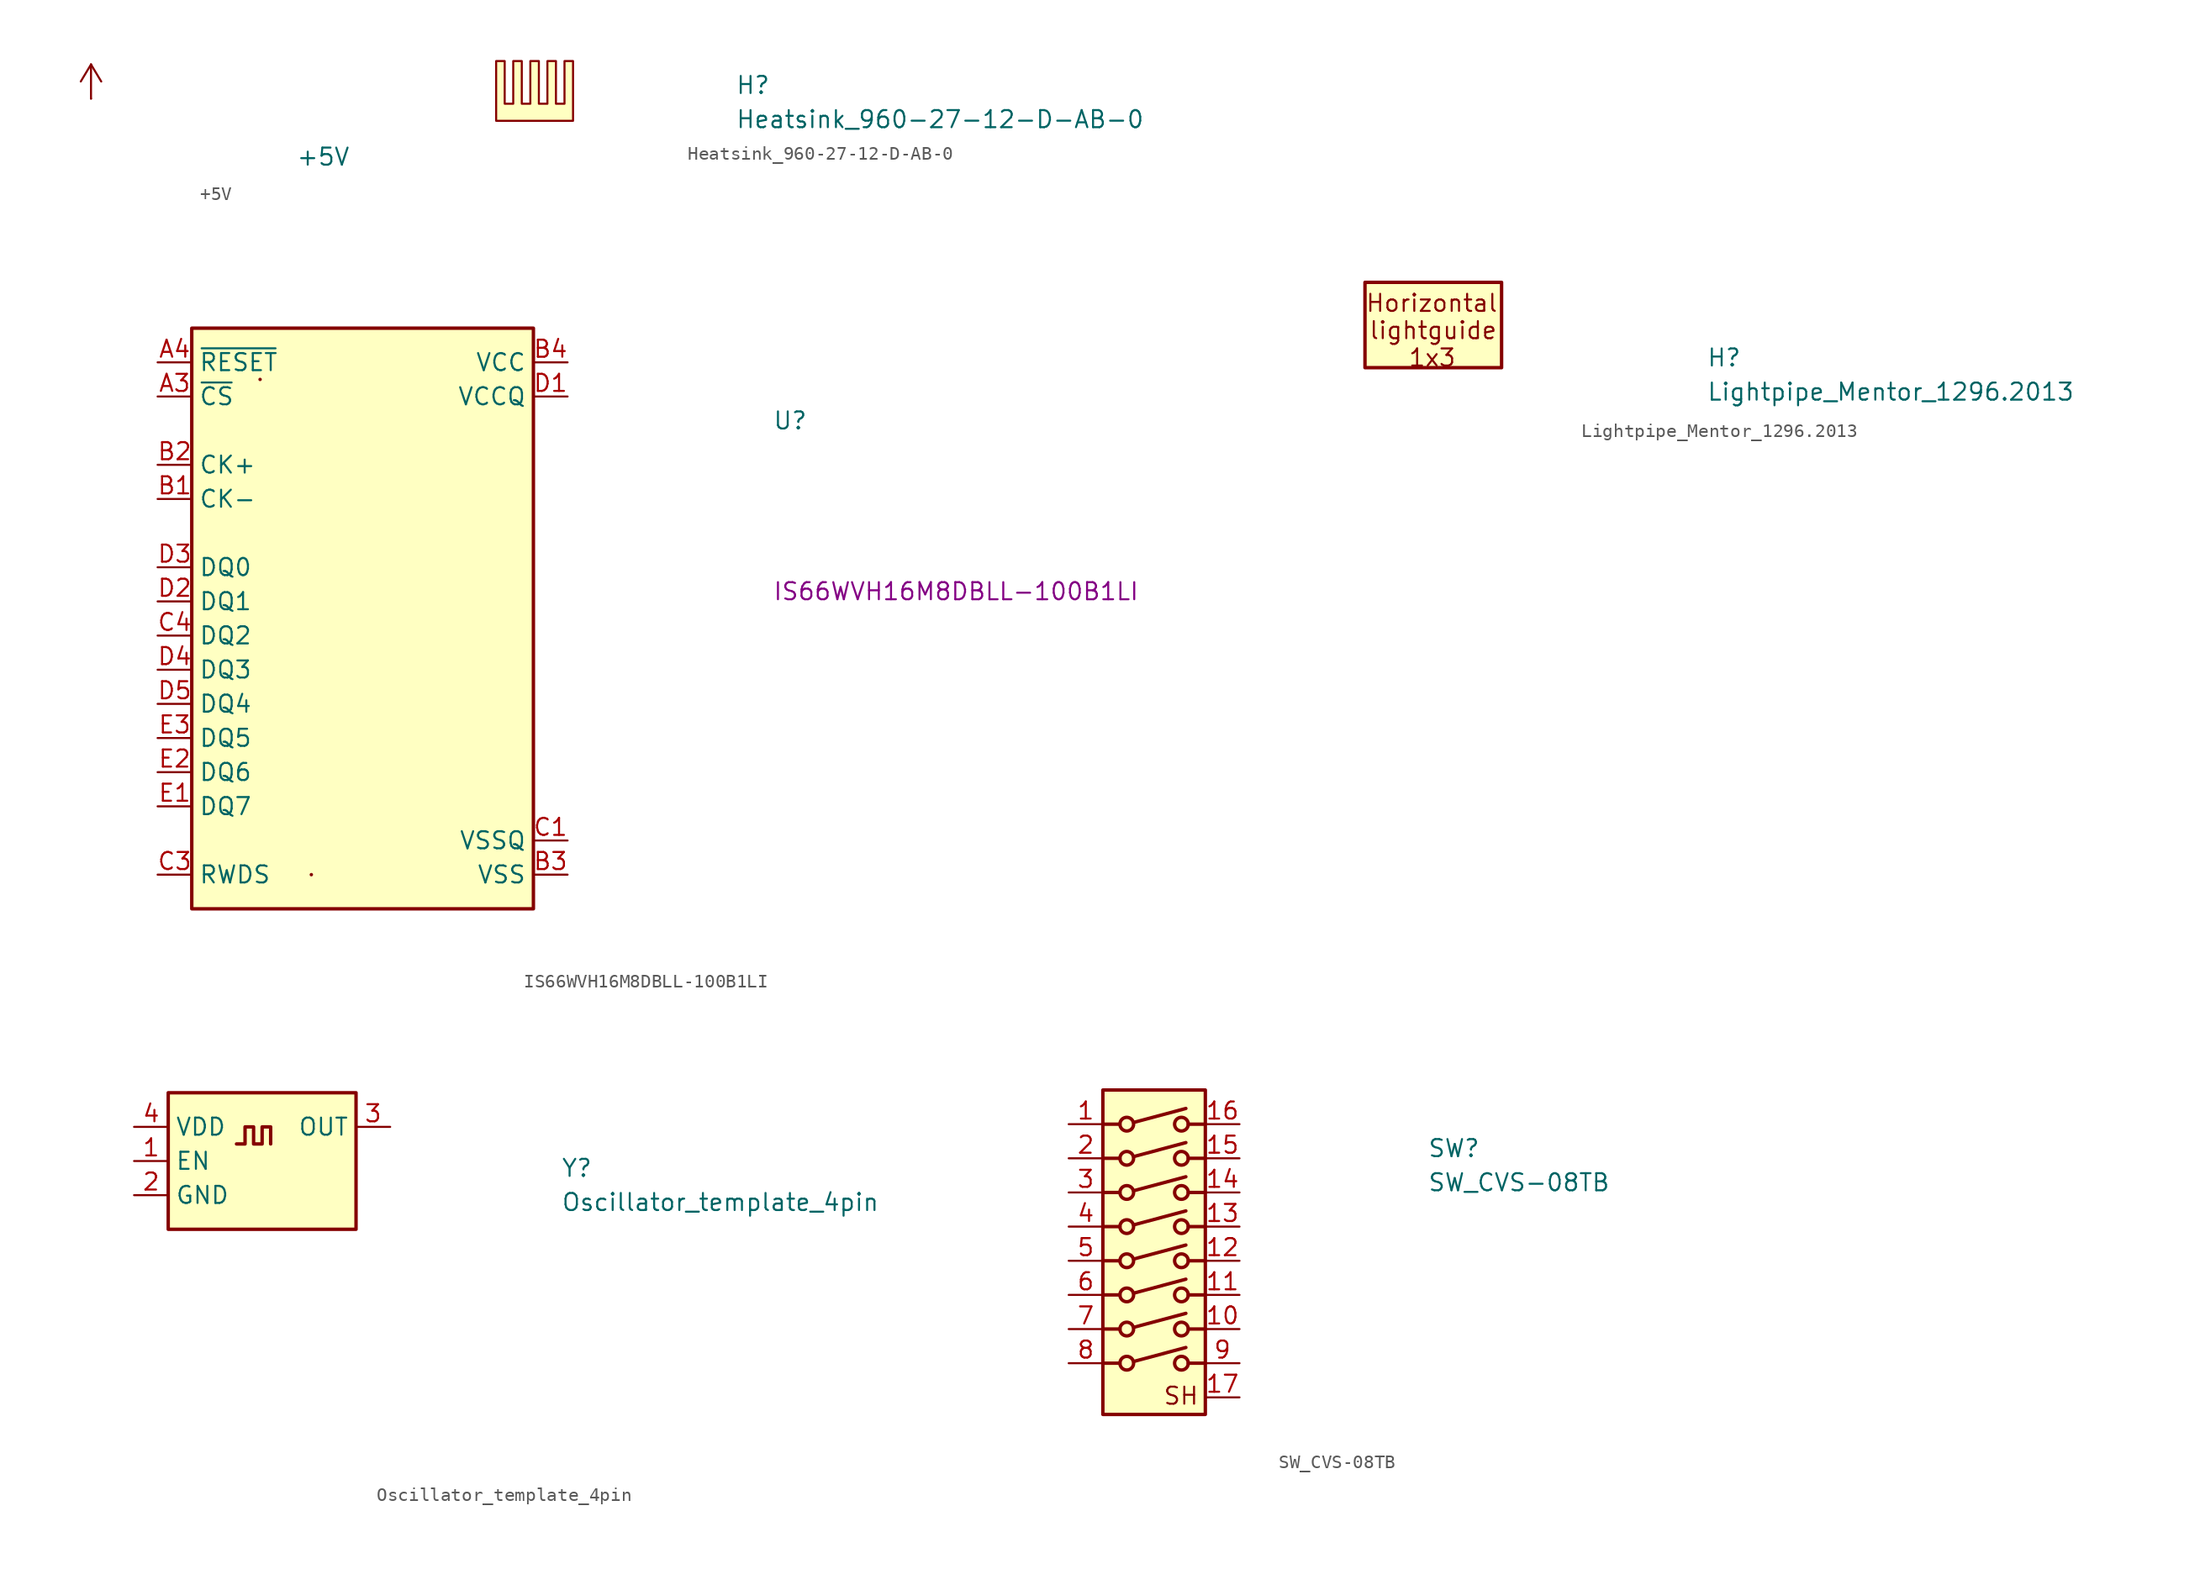
<source format=kicad_sym>
(kicad_symbol_lib
  (version 20211014)
  (generator kicad_symbol_editor)
  (symbol "+5V"
    (power)
    (pin_numbers hide)
    (pin_names hide)
    (property "Reference" "#PWR"
      (at 15.24 -2.54 0)
      (effects (font (size 1.27 1.27) (thickness 0.15)) (justify left bottom) hide))
    (property "Value" "+5V"
      (at 15.24 -5.08 0)
      (effects (font (size 1.27 1.27) (thickness 0.15)) (justify left bottom)))
    (symbol "+5V_1_1"
      (polyline (pts (xy -0.762 1.27) (xy 0 2.54)) (stroke (width 0) (type default) (color 0 0 0 0)) (fill (type background)))
      (polyline (pts (xy 0 0) (xy 0 2.54)) (stroke (width 0) (type default) (color 0 0 0 0)) (fill (type background)))
      (polyline (pts (xy 0 2.54) (xy 0.762 1.27)) (stroke (width 0) (type default) (color 0 0 0 0)) (fill (type background)))
      (pin power_in line (at 0 0 90) (length 0) (name "+5V" (effects (font (size 1.27 1.27)))) (number "1" (effects (font (size 1.27 1.27)))))))
  (symbol "Heatsink_960-27-12-D-AB-0"
    (pin_names hide)
    (property "Reference" "H"
      (at 17.78 -2.54 0)
      (effects (font (size 1.27 1.27) (thickness 0.15)) (justify left bottom)))
    (property "Value" "Heatsink_960-27-12-D-AB-0"
      (at 17.78 -5.08 0)
      (effects (font (size 1.27 1.27) (thickness 0.15)) (justify left bottom)))
    (symbol "Heatsink_960-27-12-D-AB-0_0_1"
      (polyline (pts (xy 0 0) (xy 0.635 0) (xy 0.635 -3.175) (xy 1.27 -3.175) (xy 1.27 0) (xy 1.905 0) (xy 1.905 -3.175) (xy 2.54 -3.175) (xy 2.54 0) (xy 3.175 0) (xy 3.175 -3.175) (xy 3.81 -3.175) (xy 3.81 0) (xy 4.445 0) (xy 4.445 -3.175) (xy 5.08 -3.175) (xy 5.08 0) (xy 5.715 0) (xy 5.715 -4.445) (xy 0 -4.445) (xy 0 0)) (stroke (width 0) (type default) (color 0 0 0 0)) (fill (type background)))))
  (symbol "IS66WVH16M8DBLL-100B1LI"
    (property "Reference" "U"
      (at 45.72 -5.08 0)
      (effects (font (size 1.27 1.27) (thickness 0.15)) (justify left bottom)))
    (property "MPN" "IS66WVH16M8DBLL-100B1LI"
      (at 45.72 -17.78 0)
      (effects (font (size 1.27 1.27) (thickness 0.15)) (justify left bottom)))
    (symbol "IS66WVH16M8DBLL-100B1LI_1_1"
      (rectangle (start 2.54 2.54) (end 27.94 -40.64) (stroke (width 0.254) (type default) (color 0 0 0 0)) (fill (type background)))
      (rectangle (start 7.62 -1.27) (end 7.62 -1.27) (stroke (width 0.254) (type default) (color 0 0 0 0)) (fill (type background)))
      (rectangle (start 11.43 -38.1) (end 11.43 -38.1) (stroke (width 0.254) (type default) (color 0 0 0 0)) (fill (type background)))
      (pin no_connect line (at 27.94 -30.48 180) (length 2.54) hide (name "NC" (effects (font (size 1.27 1.27)))) (number "A2" (effects (font (size 1.27 1.27)))))
      (pin input line (at 0 -2.54 0) (length 2.54) (name "~{CS}" (effects (font (size 1.27 1.27)))) (number "A3" (effects (font (size 1.27 1.27)))))
      (pin input line (at 0 0 0) (length 2.54) (name "~{RESET}" (effects (font (size 1.27 1.27)))) (number "A4" (effects (font (size 1.27 1.27)))))
      (pin no_connect line (at 27.94 -30.48 180) (length 2.54) hide (name "NC" (effects (font (size 1.27 1.27)))) (number "A5" (effects (font (size 1.27 1.27)))))
      (pin input line (at 0 -10.16 0) (length 2.54) (name "CK-" (effects (font (size 1.27 1.27)))) (number "B1" (effects (font (size 1.27 1.27)))))
      (pin input line (at 0 -7.62 0) (length 2.54) (name "CK+" (effects (font (size 1.27 1.27)))) (number "B2" (effects (font (size 1.27 1.27)))))
      (pin power_in line (at 30.48 -38.1 180) (length 2.54) (name "VSS" (effects (font (size 1.27 1.27)))) (number "B3" (effects (font (size 1.27 1.27)))))
      (pin power_in line (at 30.48 0 180) (length 2.54) (name "VCC" (effects (font (size 1.27 1.27)))) (number "B4" (effects (font (size 1.27 1.27)))))
      (pin no_connect line (at 27.94 -30.48 180) (length 2.54) hide (name "NC" (effects (font (size 1.27 1.27)))) (number "B5" (effects (font (size 1.27 1.27)))))
      (pin power_in line (at 30.48 -35.56 180) (length 2.54) (name "VSSQ" (effects (font (size 1.27 1.27)))) (number "C1" (effects (font (size 1.27 1.27)))))
      (pin no_connect line (at 27.94 -30.48 180) (length 2.54) hide (name "NC" (effects (font (size 1.27 1.27)))) (number "C2" (effects (font (size 1.27 1.27)))))
      (pin bidirectional line (at 0 -38.1 0) (length 2.54) (name "RWDS" (effects (font (size 1.27 1.27)))) (number "C3" (effects (font (size 1.27 1.27)))))
      (pin bidirectional line (at 0 -20.32 0) (length 2.54) (name "DQ2" (effects (font (size 1.27 1.27)))) (number "C4" (effects (font (size 1.27 1.27)))))
      (pin no_connect line (at 27.94 -30.48 180) (length 2.54) hide (name "NC" (effects (font (size 1.27 1.27)))) (number "C5" (effects (font (size 1.27 1.27)))))
      (pin power_in line (at 30.48 -2.54 180) (length 2.54) (name "VCCQ" (effects (font (size 1.27 1.27)))) (number "D1" (effects (font (size 1.27 1.27)))))
      (pin bidirectional line (at 0 -17.78 0) (length 2.54) (name "DQ1" (effects (font (size 1.27 1.27)))) (number "D2" (effects (font (size 1.27 1.27)))))
      (pin bidirectional line (at 0 -15.24 0) (length 2.54) (name "DQ0" (effects (font (size 1.27 1.27)))) (number "D3" (effects (font (size 1.27 1.27)))))
      (pin bidirectional line (at 0 -22.86 0) (length 2.54) (name "DQ3" (effects (font (size 1.27 1.27)))) (number "D4" (effects (font (size 1.27 1.27)))))
      (pin bidirectional line (at 0 -25.4 0) (length 2.54) (name "DQ4" (effects (font (size 1.27 1.27)))) (number "D5" (effects (font (size 1.27 1.27)))))
      (pin bidirectional line (at 0 -33.02 0) (length 2.54) (name "DQ7" (effects (font (size 1.27 1.27)))) (number "E1" (effects (font (size 1.27 1.27)))))
      (pin bidirectional line (at 0 -30.48 0) (length 2.54) (name "DQ6" (effects (font (size 1.27 1.27)))) (number "E2" (effects (font (size 1.27 1.27)))))
      (pin bidirectional line (at 0 -27.94 0) (length 2.54) (name "DQ5" (effects (font (size 1.27 1.27)))) (number "E3" (effects (font (size 1.27 1.27)))))
      (pin passive line (at 30.48 -2.54 180) (length 2.54) hide (name "VCCQ" (effects (font (size 1.27 1.27)))) (number "E4" (effects (font (size 1.27 1.27)))))
      (pin passive line (at 30.48 -35.56 180) (length 2.54) hide (name "VSSQ" (effects (font (size 1.27 1.27)))) (number "E5" (effects (font (size 1.27 1.27)))))))
  (symbol "Lightpipe_Mentor_1296.2013"
    (property "Reference" "H"
      (at 20.32 -2.54 0)
      (effects (font (size 1.27 1.27) (thickness 0.15)) (justify left bottom)))
    (property "Value" "Lightpipe_Mentor_1296.2013"
      (at 20.32 -5.08 0)
      (effects (font (size 1.27 1.27) (thickness 0.15)) (justify left bottom)))
    (symbol "Lightpipe_Mentor_1296.2013_1_1"
      (rectangle (start 5.08 -2.54) (end -5.08 3.81) (stroke (width 0.254) (type default) (color 0 0 0 0)) (fill (type background)))
      (text "1x3" (at -1.905 -2.54 0) (effects (font (size 1.27 1.27) (thickness 0.15)) (justify left bottom)))
      (text "Horizontal" (at -5.08 1.524 0) (effects (font (size 1.27 1.27) (thickness 0.15)) (justify left bottom)))
      (text "lightguide" (at -4.826 -0.508 0) (effects (font (size 1.27 1.27) (thickness 0.15)) (justify left bottom)))))
  (symbol "Oscillator_template_4pin"
    (property "Reference" "Y"
      (at 31.75 -3.81 0)
      (effects (font (size 1.27 1.27) (thickness 0.15)) (justify left bottom)))
    (property "Value" "Oscillator_template_4pin"
      (at 31.75 -6.35 0)
      (effects (font (size 1.27 1.27) (thickness 0.15)) (justify left bottom)))
    (property "Val" ""
      (at 31.75 -23.495 0)
      (effects (font (size 1.27 1.27)) (justify left)))
    (symbol "Oscillator_template_4pin_1_1"
      (polyline (pts (xy 7.62 -1.27) (xy 8.255 -1.27) (xy 8.255 0) (xy 8.89 0) (xy 8.89 -1.27) (xy 9.525 -1.27) (xy 9.525 0) (xy 10.16 0) (xy 10.16 -1.27)) (stroke (width 0.254) (type default) (color 0 0 0 0)) (fill (type background)))
      (rectangle (start 2.54 2.54) (end 16.51 -7.62) (stroke (width 0.254) (type default) (color 0 0 0 0)) (fill (type background)))
      (pin input line (at 0 -2.54 0) (length 2.54) (name "EN" (effects (font (size 1.27 1.27)))) (number "1" (effects (font (size 1.27 1.27)))))
      (pin power_in line (at 0 -5.08 0) (length 2.54) (name "GND" (effects (font (size 1.27 1.27)))) (number "2" (effects (font (size 1.27 1.27)))))
      (pin output line (at 19.05 0 180) (length 2.54) (name "OUT" (effects (font (size 1.27 1.27)))) (number "3" (effects (font (size 1.27 1.27)))))
      (pin power_in line (at 0 0 0) (length 2.54) (name "VDD" (effects (font (size 1.27 1.27)))) (number "4" (effects (font (size 1.27 1.27)))))))
  (symbol "SlideSwitches:SW_CVS-08TB"
    (pin_names hide)
    (property "Reference" "SW"
      (at 26.67 -2.54 0)
      (effects (font (size 1.27 1.27) (thickness 0.15)) (justify left bottom)))
    (property "Value" "SW_CVS-08TB"
      (at 26.67 -5.08 0)
      (effects (font (size 1.27 1.27) (thickness 0.15)) (justify left bottom)))
    (symbol "SW_CVS-08TB_1_1"
      (polyline (pts (xy 2.54 -17.78) (xy 3.81 -17.78)) (stroke (width 0.254) (type default) (color 0 0 0 0)) (fill (type none)))
      (polyline (pts (xy 2.54 -12.7) (xy 3.81 -12.7)) (stroke (width 0.254) (type default) (color 0 0 0 0)) (fill (type none)))
      (polyline (pts (xy 2.54 -10.16) (xy 3.81 -10.16)) (stroke (width 0.254) (type default) (color 0 0 0 0)) (fill (type none)))
      (polyline (pts (xy 2.54 -7.62) (xy 3.81 -7.62)) (stroke (width 0.254) (type default) (color 0 0 0 0)) (fill (type none)))
      (polyline (pts (xy 2.54 -5.08) (xy 3.81 -5.08)) (stroke (width 0.254) (type default) (color 0 0 0 0)) (fill (type none)))
      (polyline (pts (xy 2.54 -2.54) (xy 3.81 -2.54)) (stroke (width 0.254) (type default) (color 0 0 0 0)) (fill (type none)))
      (polyline (pts (xy 2.54 0) (xy 3.81 0)) (stroke (width 0.254) (type default) (color 0 0 0 0)) (fill (type none)))
      (polyline (pts (xy 2.543 -15.235) (xy 3.813 -15.235)) (stroke (width 0.254) (type default) (color 0 0 0 0)) (fill (type none)))
      (polyline (pts (xy 4.826 -17.653) (xy 8.712 -16.612)) (stroke (width 0.254) (type default) (color 0 0 0 0)) (fill (type none)))
      (polyline (pts (xy 4.826 -15.113) (xy 8.712 -14.072)) (stroke (width 0.254) (type default) (color 0 0 0 0)) (fill (type none)))
      (polyline (pts (xy 4.826 -12.573) (xy 8.712 -11.532)) (stroke (width 0.254) (type default) (color 0 0 0 0)) (fill (type none)))
      (polyline (pts (xy 4.826 -10.033) (xy 8.712 -8.992)) (stroke (width 0.254) (type default) (color 0 0 0 0)) (fill (type none)))
      (polyline (pts (xy 4.826 -7.493) (xy 8.712 -6.452)) (stroke (width 0.254) (type default) (color 0 0 0 0)) (fill (type none)))
      (polyline (pts (xy 4.826 -4.953) (xy 8.712 -3.912)) (stroke (width 0.254) (type default) (color 0 0 0 0)) (fill (type none)))
      (polyline (pts (xy 4.826 -2.413) (xy 8.712 -1.372)) (stroke (width 0.254) (type default) (color 0 0 0 0)) (fill (type none)))
      (polyline (pts (xy 4.826 0.127) (xy 8.712 1.168)) (stroke (width 0.254) (type default) (color 0 0 0 0)) (fill (type none)))
      (polyline (pts (xy 8.89 -17.78) (xy 10.16 -17.78)) (stroke (width 0.254) (type default) (color 0 0 0 0)) (fill (type none)))
      (polyline (pts (xy 8.89 -12.7) (xy 10.16 -12.7)) (stroke (width 0.254) (type default) (color 0 0 0 0)) (fill (type none)))
      (polyline (pts (xy 8.89 -10.16) (xy 10.16 -10.16)) (stroke (width 0.254) (type default) (color 0 0 0 0)) (fill (type none)))
      (polyline (pts (xy 8.89 -7.62) (xy 10.16 -7.62)) (stroke (width 0.254) (type default) (color 0 0 0 0)) (fill (type none)))
      (polyline (pts (xy 8.89 -5.08) (xy 10.16 -5.08)) (stroke (width 0.254) (type default) (color 0 0 0 0)) (fill (type none)))
      (polyline (pts (xy 8.89 -2.54) (xy 10.16 -2.54)) (stroke (width 0.254) (type default) (color 0 0 0 0)) (fill (type none)))
      (polyline (pts (xy 8.89 0) (xy 10.16 0)) (stroke (width 0.254) (type default) (color 0 0 0 0)) (fill (type none)))
      (polyline (pts (xy 8.893 -15.235) (xy 10.164 -15.235)) (stroke (width 0.254) (type default) (color 0 0 0 0)) (fill (type none)))
      (rectangle (start 2.54 2.54) (end 10.16 -21.59) (stroke (width 0.254) (type default) (color 0 0 0 0)) (fill (type background)))
      (circle (center 4.318 -17.78) (radius 0.508) (stroke (width 0.254) (type default) (color 0 0 0 0)) (fill (type none)))
      (circle (center 4.318 -15.24) (radius 0.508) (stroke (width 0.254) (type default) (color 0 0 0 0)) (fill (type none)))
      (circle (center 4.318 -12.7) (radius 0.508) (stroke (width 0.254) (type default) (color 0 0 0 0)) (fill (type none)))
      (circle (center 4.318 -10.16) (radius 0.508) (stroke (width 0.254) (type default) (color 0 0 0 0)) (fill (type none)))
      (circle (center 4.318 -7.62) (radius 0.508) (stroke (width 0.254) (type default) (color 0 0 0 0)) (fill (type none)))
      (circle (center 4.318 -5.08) (radius 0.508) (stroke (width 0.254) (type default) (color 0 0 0 0)) (fill (type none)))
      (circle (center 4.318 -2.54) (radius 0.508) (stroke (width 0.254) (type default) (color 0 0 0 0)) (fill (type none)))
      (circle (center 4.318 0) (radius 0.508) (stroke (width 0.254) (type default) (color 0 0 0 0)) (fill (type none)))
      (circle (center 8.382 -17.78) (radius 0.508) (stroke (width 0.254) (type default) (color 0 0 0 0)) (fill (type none)))
      (circle (center 8.382 -15.24) (radius 0.508) (stroke (width 0.254) (type default) (color 0 0 0 0)) (fill (type none)))
      (circle (center 8.382 -12.7) (radius 0.508) (stroke (width 0.254) (type default) (color 0 0 0 0)) (fill (type none)))
      (circle (center 8.382 -10.16) (radius 0.508) (stroke (width 0.254) (type default) (color 0 0 0 0)) (fill (type none)))
      (circle (center 8.382 -7.62) (radius 0.508) (stroke (width 0.254) (type default) (color 0 0 0 0)) (fill (type none)))
      (circle (center 8.382 -5.08) (radius 0.508) (stroke (width 0.254) (type default) (color 0 0 0 0)) (fill (type none)))
      (circle (center 8.382 -2.54) (radius 0.508) (stroke (width 0.254) (type default) (color 0 0 0 0)) (fill (type none)))
      (circle (center 8.382 0) (radius 0.508) (stroke (width 0.254) (type default) (color 0 0 0 0)) (fill (type none)))
      (text "SH" (at 6.985 -20.955 0) (effects (font (size 1.27 1.27) (thickness 0.15)) (justify left bottom)))
      (pin passive line (at 0 0 0) (length 2.54) (name "1" (effects (font (size 1.27 1.27)))) (number "1" (effects (font (size 1.27 1.27)))))
      (pin passive line (at 12.7 -15.24 180) (length 2.54) (name "10" (effects (font (size 1.27 1.27)))) (number "10" (effects (font (size 1.27 1.27)))))
      (pin passive line (at 12.7 -12.7 180) (length 2.54) (name "11" (effects (font (size 1.27 1.27)))) (number "11" (effects (font (size 1.27 1.27)))))
      (pin passive line (at 12.7 -10.16 180) (length 2.54) (name "12" (effects (font (size 1.27 1.27)))) (number "12" (effects (font (size 1.27 1.27)))))
      (pin passive line (at 12.7 -7.62 180) (length 2.54) (name "13" (effects (font (size 1.27 1.27)))) (number "13" (effects (font (size 1.27 1.27)))))
      (pin passive line (at 12.7 -5.08 180) (length 2.54) (name "14" (effects (font (size 1.27 1.27)))) (number "14" (effects (font (size 1.27 1.27)))))
      (pin passive line (at 12.7 -2.54 180) (length 2.54) (name "15" (effects (font (size 1.27 1.27)))) (number "15" (effects (font (size 1.27 1.27)))))
      (pin passive line (at 12.7 0 180) (length 2.54) (name "16" (effects (font (size 1.27 1.27)))) (number "16" (effects (font (size 1.27 1.27)))))
      (pin power_in line (at 12.7 -20.32 180) (length 2.54) (name "17" (effects (font (size 1.27 1.27)))) (number "17" (effects (font (size 1.27 1.27)))))
      (pin passive line (at 0 -2.54 0) (length 2.54) (name "2" (effects (font (size 1.27 1.27)))) (number "2" (effects (font (size 1.27 1.27)))))
      (pin passive line (at 0 -5.08 0) (length 2.54) (name "3" (effects (font (size 1.27 1.27)))) (number "3" (effects (font (size 1.27 1.27)))))
      (pin passive line (at 0 -7.62 0) (length 2.54) (name "4" (effects (font (size 1.27 1.27)))) (number "4" (effects (font (size 1.27 1.27)))))
      (pin passive line (at 0 -10.16 0) (length 2.54) (name "5" (effects (font (size 1.27 1.27)))) (number "5" (effects (font (size 1.27 1.27)))))
      (pin passive line (at 0 -12.7 0) (length 2.54) (name "6" (effects (font (size 1.27 1.27)))) (number "6" (effects (font (size 1.27 1.27)))))
      (pin passive line (at 0 -15.24 0) (length 2.54) (name "7" (effects (font (size 1.27 1.27)))) (number "7" (effects (font (size 1.27 1.27)))))
      (pin passive line (at 0 -17.78 0) (length 2.54) (name "8" (effects (font (size 1.27 1.27)))) (number "8" (effects (font (size 1.27 1.27)))))
      (pin passive line (at 12.7 -17.78 180) (length 2.54) (name "9" (effects (font (size 1.27 1.27)))) (number "9" (effects (font (size 1.27 1.27))))))))
</source>
